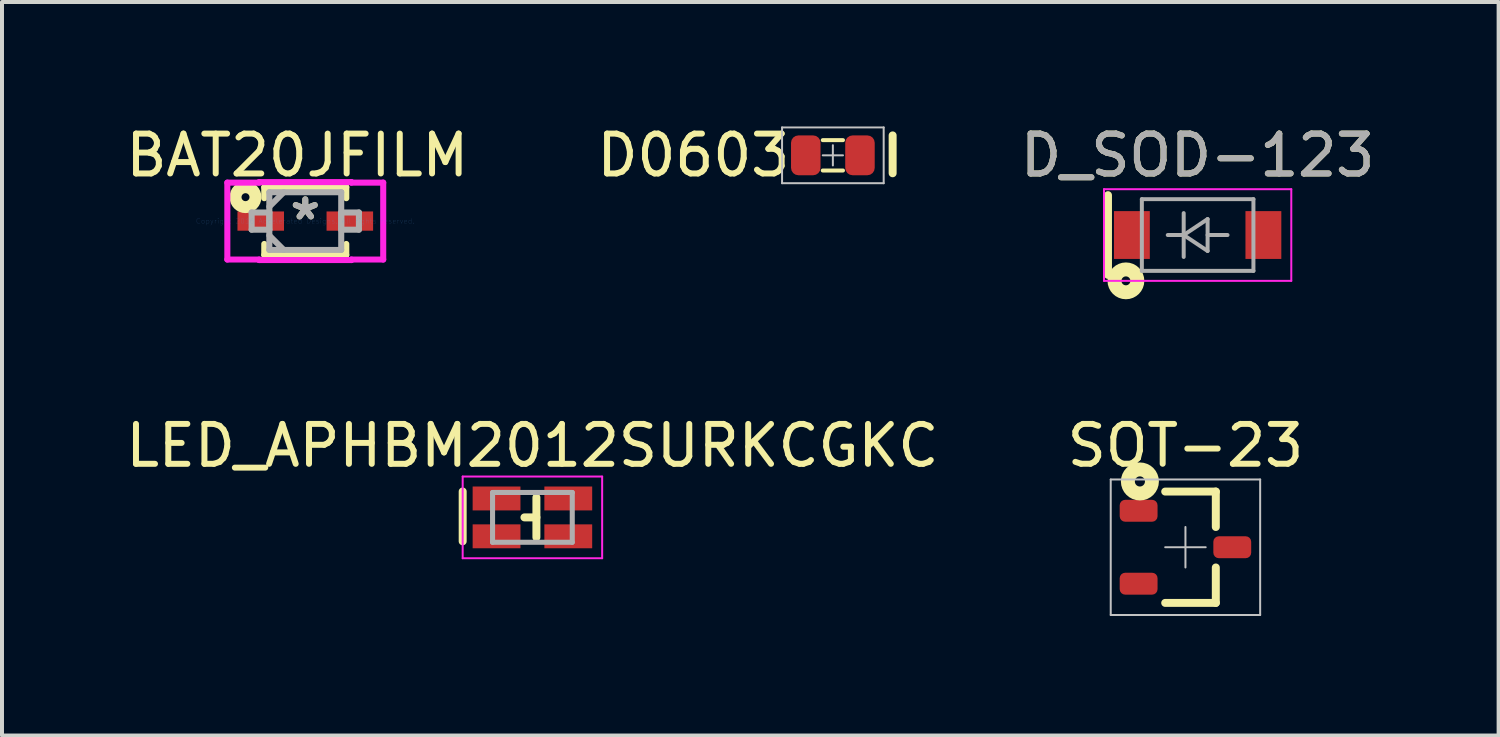
<source format=kicad_pcb>
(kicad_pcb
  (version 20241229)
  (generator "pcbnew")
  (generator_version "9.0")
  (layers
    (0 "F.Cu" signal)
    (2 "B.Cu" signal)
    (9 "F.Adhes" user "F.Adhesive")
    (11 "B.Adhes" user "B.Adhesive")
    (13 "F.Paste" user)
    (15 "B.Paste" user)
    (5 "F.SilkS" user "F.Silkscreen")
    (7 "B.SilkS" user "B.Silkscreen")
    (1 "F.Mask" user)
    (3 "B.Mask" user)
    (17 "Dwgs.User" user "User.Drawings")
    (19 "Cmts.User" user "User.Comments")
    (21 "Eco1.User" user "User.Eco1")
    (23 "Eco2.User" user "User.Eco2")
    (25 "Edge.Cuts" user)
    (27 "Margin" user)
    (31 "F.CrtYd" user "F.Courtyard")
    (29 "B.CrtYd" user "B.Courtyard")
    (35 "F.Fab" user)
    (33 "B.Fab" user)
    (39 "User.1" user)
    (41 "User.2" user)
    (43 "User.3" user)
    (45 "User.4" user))
  (footprint "D_SOD-123"
    (layer "F.Cu")
    (at 27.005 2.848)
    (property "Reference" "D_SOD-123" (at 0 -2 0) (layer "F.SilkS") (effects (font (size 1 1) (thickness 0.15))))
    (attr smd)
    (fp_line (start -2.25 -1) (end -2.25 1) (stroke (width 0.2) (type solid)) (layer "F.SilkS"))
    (fp_circle (center -1.8 1.15) (end -1.688 1.15) (stroke (width 0.35) (type solid)) (fill no) (layer "F.SilkS"))
    (fp_line (start -2.35 -1.15) (end -2.35 1.15) (stroke (width 0.05) (type solid)) (layer "F.CrtYd"))
    (fp_line (start -2.35 -1.15) (end 2.35 -1.15) (stroke (width 0.05) (type solid)) (layer "F.CrtYd"))
    (fp_line (start 2.35 -1.15) (end 2.35 1.15) (stroke (width 0.05) (type solid)) (layer "F.CrtYd"))
    (fp_line (start 2.35 1.15) (end -2.35 1.15) (stroke (width 0.05) (type solid)) (layer "F.CrtYd"))
    (fp_line (start -1.4 -0.9) (end 1.4 -0.9) (stroke (width 0.1) (type solid)) (layer "F.Fab"))
    (fp_line (start -1.4 0.9) (end -1.4 -0.9) (stroke (width 0.1) (type solid)) (layer "F.Fab"))
    (fp_line (start -0.75 0) (end -0.35 0) (stroke (width 0.1) (type solid)) (layer "F.Fab"))
    (fp_line (start -0.35 0) (end -0.35 -0.55) (stroke (width 0.1) (type solid)) (layer "F.Fab"))
    (fp_line (start -0.35 0) (end -0.35 0.55) (stroke (width 0.1) (type solid)) (layer "F.Fab"))
    (fp_line (start -0.35 0) (end 0.25 -0.4) (stroke (width 0.1) (type solid)) (layer "F.Fab"))
    (fp_line (start 0.25 -0.4) (end 0.25 0.4) (stroke (width 0.1) (type solid)) (layer "F.Fab"))
    (fp_line (start 0.25 0) (end 0.75 0) (stroke (width 0.1) (type solid)) (layer "F.Fab"))
    (fp_line (start 0.25 0.4) (end -0.35 0) (stroke (width 0.1) (type solid)) (layer "F.Fab"))
    (fp_line (start 1.4 -0.9) (end 1.4 0.9) (stroke (width 0.1) (type solid)) (layer "F.Fab"))
    (fp_line (start 1.4 0.9) (end -1.4 0.9) (stroke (width 0.1) (type solid)) (layer "F.Fab"))
    (fp_text user "${REFERENCE}" (at 0 -2 0) (layer "F.Fab") (effects (font (size 1 1) (thickness 0.15))))
    (pad "1" smd rect (at 1.65 0) (size 0.9 1.2) (layers "F.Cu" "F.Mask" "F.Paste"))
    (pad "2" smd rect (at -1.65 0) (size 0.9 1.2) (layers "F.Cu" "F.Mask" "F.Paste")))
  (footprint "LED_APHBM2012SURKCGKC"
    (layer "F.Cu")
    (at 10.311 9.934)
    (property "Reference" "LED_APHBM2012SURKCGKC" (at 0 -1.8 0) (layer "F.SilkS") (effects (font (size 1.002 1.002) (thickness 0.15))))
    (attr through_hole)
    (fp_line (start -1.75 -0.65) (end -1.75 0.6) (stroke (width 0.2) (type solid)) (layer "F.SilkS"))
    (fp_line (start 0.1 -0.5) (end 0.1 0.5) (stroke (width 0.2) (type solid)) (layer "F.SilkS"))
    (fp_line (start 0.1 0) (end -0.2 0) (stroke (width 0.2) (type solid)) (layer "F.SilkS"))
    (fp_line (start -1.75 -1.025) (end 1.75 -1.025) (stroke (width 0.05) (type solid)) (layer "F.CrtYd"))
    (fp_line (start -1.75 1.025) (end -1.75 -1.025) (stroke (width 0.05) (type solid)) (layer "F.CrtYd"))
    (fp_line (start 1.75 -1.025) (end 1.75 1.025) (stroke (width 0.05) (type solid)) (layer "F.CrtYd"))
    (fp_line (start 1.75 1.025) (end -1.75 1.025) (stroke (width 0.05) (type solid)) (layer "F.CrtYd"))
    (fp_line (start -1 -0.625) (end 1 -0.625) (stroke (width 0.127) (type solid)) (layer "F.Fab"))
    (fp_line (start -1 0.625) (end -1 -0.625) (stroke (width 0.127) (type solid)) (layer "F.Fab"))
    (fp_line (start 1 -0.625) (end 1 0.625) (stroke (width 0.127) (type solid)) (layer "F.Fab"))
    (fp_line (start 1 0.625) (end -1 0.625) (stroke (width 0.127) (type solid)) (layer "F.Fab"))
    (pad "1" smd rect (at 0.9 -0.475) (size 1.2 0.6) (layers "F.Cu" "F.Mask" "F.Paste"))
    (pad "2" smd rect (at -0.9 -0.475) (size 1.2 0.6) (layers "F.Cu" "F.Mask" "F.Paste"))
    (pad "3" smd rect (at -0.9 0.475) (size 1.2 0.6) (layers "F.Cu" "F.Mask" "F.Paste"))
    (pad "4" smd rect (at 0.9 0.475) (size 1.2 0.6) (layers "F.Cu" "F.Mask" "F.Paste")))
  (footprint "SOT-23"
    (layer "F.Cu")
    (at 26.699 10.683)
    (property "Reference" "SOT-23" (at 0 -2.55 0) (layer "F.SilkS") (effects (font (size 1 1) (thickness 0.15))))
    (attr through_hole)
    (fp_line (start 0.762 -1.397) (end -0.508 -1.397) (stroke (width 0.2) (type solid)) (layer "F.SilkS"))
    (fp_line (start 0.762 -0.508) (end 0.762 -1.397) (stroke (width 0.2) (type solid)) (layer "F.SilkS"))
    (fp_line (start 0.762 0.508) (end 0.762 1.397) (stroke (width 0.2) (type solid)) (layer "F.SilkS"))
    (fp_line (start 0.762 1.397) (end -0.508 1.397) (stroke (width 0.2) (type solid)) (layer "F.SilkS"))
    (fp_circle (center -1.143 -1.651) (end -1.143 -1.524) (stroke (width 0.35) (type solid)) (fill no) (layer "F.SilkS"))
    (fp_line (start -1.875 -1.7) (end -1.875 1.7) (stroke (width 0.05) (type solid)) (layer "Dwgs.User"))
    (fp_line (start -1.875 -1.7) (end 1.875 -1.7) (stroke (width 0.05) (type solid)) (layer "Dwgs.User"))
    (fp_line (start 0 -0.508) (end 0 0.508) (stroke (width 0.05) (type solid)) (layer "Dwgs.User"))
    (fp_line (start 0.508 0) (end -0.508 0) (stroke (width 0.05) (type solid)) (layer "Dwgs.User"))
    (fp_line (start 1.875 -1.7) (end 1.875 1.7) (stroke (width 0.05) (type solid)) (layer "Dwgs.User"))
    (fp_line (start 1.875 1.7) (end -1.875 1.7) (stroke (width 0.05) (type solid)) (layer "Dwgs.User"))
    (fp_line (start -0.762 -1.397) (end -0.762 1.397) (stroke (width 0.05) (type solid)) (layer "Eco1.User"))
    (fp_line (start -0.762 1.397) (end 0.762 1.397) (stroke (width 0.05) (type solid)) (layer "Eco1.User"))
    (fp_line (start 0.762 -1.397) (end -0.762 -1.397) (stroke (width 0.05) (type solid)) (layer "Eco1.User"))
    (fp_line (start 0.762 1.397) (end 0.762 -1.397) (stroke (width 0.05) (type solid)) (layer "Eco1.User"))
    (pad "1" smd roundrect (at -1.175 -0.915) (size 0.95 0.55) (layers "F.Cu" "F.Mask" "F.Paste") (roundrect_rratio 0.25))
    (pad "2" smd roundrect (at -1.175 0.915) (size 0.95 0.55) (layers "F.Cu" "F.Mask" "F.Paste") (roundrect_rratio 0.25))
    (pad "3" smd roundrect (at 1.175 0) (size 0.95 0.55) (layers "F.Cu" "F.Mask" "F.Paste") (roundrect_rratio 0.25)))
  (footprint "BAT20JFILM"
    (layer "F.Cu")
    (at 4.611 2.498)
    (property "Reference" "BAT20JFILM" (at -0.2 -1.65 0) (layer "F.SilkS") (effects (font (size 1 1) (thickness 0.15))))
    (attr through_hole)
    (fp_line (start -1.029 -0.851) (end -1.029 -0.574) (stroke (width 0.152) (type solid)) (layer "F.SilkS"))
    (fp_line (start -1.029 0.574) (end -1.029 0.851) (stroke (width 0.152) (type solid)) (layer "F.SilkS"))
    (fp_line (start -1.029 0.851) (end 1.029 0.851) (stroke (width 0.152) (type solid)) (layer "F.SilkS"))
    (fp_line (start 1.029 -0.851) (end -1.029 -0.851) (stroke (width 0.152) (type solid)) (layer "F.SilkS"))
    (fp_line (start 1.029 -0.574) (end 1.029 -0.851) (stroke (width 0.152) (type solid)) (layer "F.SilkS"))
    (fp_line (start 1.029 0.851) (end 1.029 0.574) (stroke (width 0.152) (type solid)) (layer "F.SilkS"))
    (fp_circle (center -1.5 -0.6) (end -1.4 -0.6) (stroke (width 0.3) (type solid)) (fill no) (layer "F.SilkS"))
    (fp_line (start -1.956 -0.965) (end -1.156 -0.965) (stroke (width 0.152) (type solid)) (layer "F.CrtYd"))
    (fp_line (start -1.956 0.965) (end -1.956 -0.965) (stroke (width 0.152) (type solid)) (layer "F.CrtYd"))
    (fp_line (start -1.156 -0.978) (end 1.156 -0.978) (stroke (width 0.152) (type solid)) (layer "F.CrtYd"))
    (fp_line (start -1.156 -0.965) (end -1.156 -0.978) (stroke (width 0.152) (type solid)) (layer "F.CrtYd"))
    (fp_line (start -1.156 0.965) (end -1.956 0.965) (stroke (width 0.152) (type solid)) (layer "F.CrtYd"))
    (fp_line (start -1.156 0.978) (end -1.156 0.965) (stroke (width 0.152) (type solid)) (layer "F.CrtYd"))
    (fp_line (start 1.156 -0.978) (end 1.156 -0.965) (stroke (width 0.152) (type solid)) (layer "F.CrtYd"))
    (fp_line (start 1.156 -0.965) (end 1.956 -0.965) (stroke (width 0.152) (type solid)) (layer "F.CrtYd"))
    (fp_line (start 1.156 0.965) (end 1.156 0.978) (stroke (width 0.152) (type solid)) (layer "F.CrtYd"))
    (fp_line (start 1.156 0.978) (end -1.156 0.978) (stroke (width 0.152) (type solid)) (layer "F.CrtYd"))
    (fp_line (start 1.956 -0.965) (end 1.956 0.965) (stroke (width 0.152) (type solid)) (layer "F.CrtYd"))
    (fp_line (start 1.956 0.965) (end 1.156 0.965) (stroke (width 0.152) (type solid)) (layer "F.CrtYd"))
    (fp_line (start -1.346 -0.216) (end -1.346 0.216) (stroke (width 0.152) (type solid)) (layer "F.Fab"))
    (fp_line (start -1.346 0.216) (end -0.902 0.216) (stroke (width 0.152) (type solid)) (layer "F.Fab"))
    (fp_line (start -0.902 -0.724) (end -0.902 0.724) (stroke (width 0.152) (type solid)) (layer "F.Fab"))
    (fp_line (start -0.902 -0.362) (end -0.54 -0.724) (stroke (width 0.152) (type solid)) (layer "F.Fab"))
    (fp_line (start -0.902 -0.216) (end -1.346 -0.216) (stroke (width 0.152) (type solid)) (layer "F.Fab"))
    (fp_line (start -0.902 0.216) (end -0.902 -0.216) (stroke (width 0.152) (type solid)) (layer "F.Fab"))
    (fp_line (start -0.902 0.362) (end -0.54 0.724) (stroke (width 0.152) (type solid)) (layer "F.Fab"))
    (fp_line (start -0.902 0.724) (end 0.902 0.724) (stroke (width 0.152) (type solid)) (layer "F.Fab"))
    (fp_line (start 0.902 -0.724) (end -0.902 -0.724) (stroke (width 0.152) (type solid)) (layer "F.Fab"))
    (fp_line (start 0.902 -0.216) (end 0.902 0.216) (stroke (width 0.152) (type solid)) (layer "F.Fab"))
    (fp_line (start 0.902 0.216) (end 1.346 0.216) (stroke (width 0.152) (type solid)) (layer "F.Fab"))
    (fp_line (start 0.902 0.724) (end 0.902 -0.724) (stroke (width 0.152) (type solid)) (layer "F.Fab"))
    (fp_line (start 1.346 -0.216) (end 0.902 -0.216) (stroke (width 0.152) (type solid)) (layer "F.Fab"))
    (fp_line (start 1.346 0.216) (end 1.346 -0.216) (stroke (width 0.152) (type solid)) (layer "F.Fab"))
    (fp_text user "*" (at 0 0 0) (layer "F.SilkS") (effects (font (size 1 1) (thickness 0.15))))
    (fp_text user "Copyright 2016 Accelerated Designs. All rights reserved." (at 0 0 0) (layer "Cmts.User") (effects (font (size 0.127 0.127) (thickness 0.002))))
    (fp_text user "*" (at 0 0 0) (layer "F.Fab") (effects (font (size 1 1) (thickness 0.15))))
    (pad "1" smd rect (at -1.118 0) (size 1.168 0.483) (layers "F.Cu" "F.Mask" "F.Paste"))
    (pad "2" smd rect (at 1.118 0) (size 1.168 0.483) (layers "F.Cu" "F.Mask" "F.Paste")))
  (footprint "D0603"
    (layer "F.Cu")
    (at 17.851 0.848)
    (property "Reference" "D0603" (at -3.5 0 0) (layer "F.SilkS") (effects (font (size 1 1) (thickness 0.15))))
    (attr through_hole)
    (fp_line (start -0.254 -0.381) (end 0.254 -0.381) (stroke (width 0.1) (type solid)) (layer "F.SilkS"))
    (fp_line (start -0.254 0.381) (end 0.254 0.381) (stroke (width 0.1) (type solid)) (layer "F.SilkS"))
    (fp_line (start 1.5 0.45) (end 1.5 -0.5) (stroke (width 0.2) (type solid)) (layer "F.SilkS"))
    (fp_line (start -1.275 -0.7) (end -1.275 0.7) (stroke (width 0.05) (type solid)) (layer "Dwgs.User"))
    (fp_line (start -1.275 0.7) (end 1.275 0.7) (stroke (width 0.05) (type solid)) (layer "Dwgs.User"))
    (fp_line (start 0 -0.254) (end 0 0.254) (stroke (width 0.05) (type solid)) (layer "Dwgs.User"))
    (fp_line (start 0.254 0) (end -0.254 0) (stroke (width 0.05) (type solid)) (layer "Dwgs.User"))
    (fp_line (start 1.275 -0.7) (end -1.275 -0.7) (stroke (width 0.05) (type solid)) (layer "Dwgs.User"))
    (fp_line (start 1.275 0.7) (end 1.275 -0.7) (stroke (width 0.05) (type solid)) (layer "Dwgs.User"))
    (fp_line (start -0.8 -0.4) (end 0.8 -0.4) (stroke (width 0.05) (type solid)) (layer "Eco1.User"))
    (fp_line (start -0.8 0.4) (end -0.8 -0.4) (stroke (width 0.05) (type solid)) (layer "Eco1.User"))
    (fp_line (start 0.8 -0.4) (end 0.8 0.4) (stroke (width 0.05) (type solid)) (layer "Eco1.User"))
    (fp_line (start 0.8 0.4) (end -0.8 0.4) (stroke (width 0.05) (type solid)) (layer "Eco1.User"))
    (pad "1" smd roundrect (at -0.68 0) (size 0.74 1) (layers "F.Cu" "F.Mask" "F.Paste") (roundrect_rratio 0.25))
    (pad "2" smd roundrect (at 0.68 0) (size 0.74 1) (layers "F.Cu" "F.Mask" "F.Paste") (roundrect_rratio 0.25)))
  (gr_rect
    (start -3 -3)
    (end 34.558 15.408)
    (stroke (width 0.1) (type default))
    (fill no)
    (layer "Edge.Cuts")))
</source>
